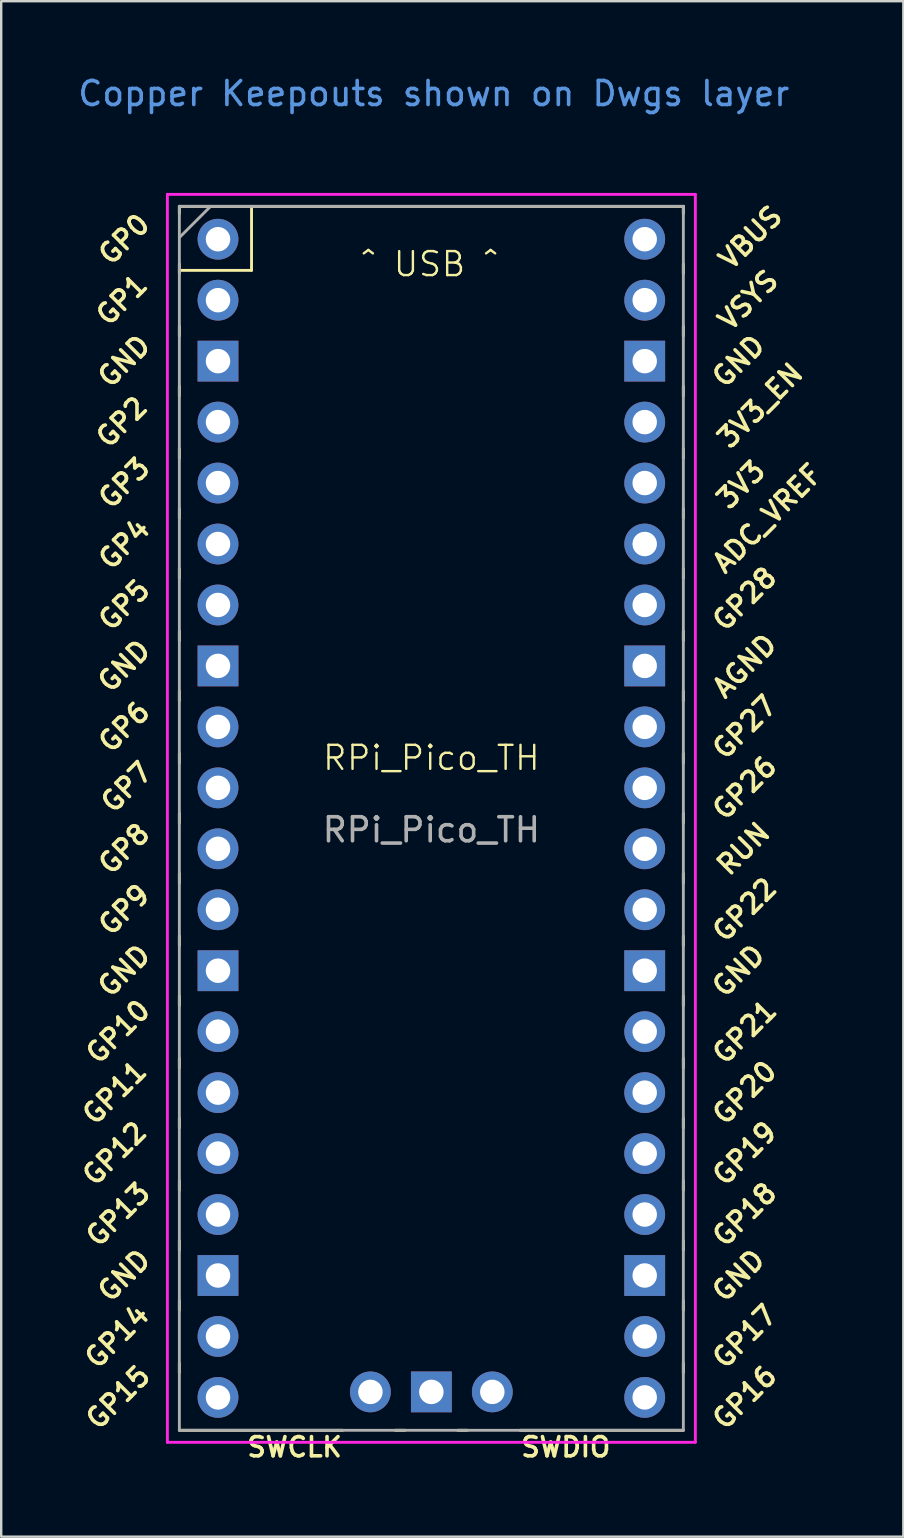
<source format=kicad_pcb>
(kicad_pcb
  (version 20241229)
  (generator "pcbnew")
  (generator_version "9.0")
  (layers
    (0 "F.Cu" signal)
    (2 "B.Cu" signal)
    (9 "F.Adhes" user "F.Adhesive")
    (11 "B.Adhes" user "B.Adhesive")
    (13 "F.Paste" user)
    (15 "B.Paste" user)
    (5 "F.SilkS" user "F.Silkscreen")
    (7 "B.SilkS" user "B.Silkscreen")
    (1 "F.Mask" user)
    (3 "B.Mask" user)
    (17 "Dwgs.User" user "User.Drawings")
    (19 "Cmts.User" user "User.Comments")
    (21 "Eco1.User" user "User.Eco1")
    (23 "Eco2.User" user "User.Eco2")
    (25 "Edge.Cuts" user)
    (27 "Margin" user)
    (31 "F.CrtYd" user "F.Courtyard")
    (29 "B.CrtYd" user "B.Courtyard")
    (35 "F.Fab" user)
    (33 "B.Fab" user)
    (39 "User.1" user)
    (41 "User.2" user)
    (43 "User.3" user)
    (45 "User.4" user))
  (footprint "RPi_Pico_TH"
    (layer "F.Cu")
    (at 14.924 31.068)
    (property "Reference" "RPi_Pico_TH" (at 0 -2.54 0) (unlocked yes) (layer "F.SilkS") (effects (font (size 1 1) (thickness 0.1))))
    (attr through_hole)
    (fp_line (start -10.5 -25.52) (end -10.5 -25.22) (stroke (width 0.12) (type solid)) (layer "F.SilkS"))
    (fp_line (start -10.5 -25.52) (end 10.5 -25.52) (stroke (width 0.12) (type solid)) (layer "F.SilkS"))
    (fp_line (start -10.5 -23.12) (end -10.5 -22.72) (stroke (width 0.12) (type solid)) (layer "F.SilkS"))
    (fp_line (start -10.5 -22.853) (end -7.493 -22.853) (stroke (width 0.12) (type solid)) (layer "F.SilkS"))
    (fp_line (start -10.5 -20.52) (end -10.5 -20.12) (stroke (width 0.12) (type solid)) (layer "F.SilkS"))
    (fp_line (start -10.5 -18.02) (end -10.5 -17.62) (stroke (width 0.12) (type solid)) (layer "F.SilkS"))
    (fp_line (start -10.5 -15.42) (end -10.5 -15.02) (stroke (width 0.12) (type solid)) (layer "F.SilkS"))
    (fp_line (start -10.5 -12.92) (end -10.5 -12.52) (stroke (width 0.12) (type solid)) (layer "F.SilkS"))
    (fp_line (start -10.5 -10.42) (end -10.5 -10.02) (stroke (width 0.12) (type solid)) (layer "F.SilkS"))
    (fp_line (start -10.5 -7.82) (end -10.5 -7.42) (stroke (width 0.12) (type solid)) (layer "F.SilkS"))
    (fp_line (start -10.5 -5.32) (end -10.5 -4.92) (stroke (width 0.12) (type solid)) (layer "F.SilkS"))
    (fp_line (start -10.5 -2.72) (end -10.5 -2.32) (stroke (width 0.12) (type solid)) (layer "F.SilkS"))
    (fp_line (start -10.5 -0.22) (end -10.5 0.18) (stroke (width 0.12) (type solid)) (layer "F.SilkS"))
    (fp_line (start -10.5 2.28) (end -10.5 2.68) (stroke (width 0.12) (type solid)) (layer "F.SilkS"))
    (fp_line (start -10.5 4.88) (end -10.5 5.28) (stroke (width 0.12) (type solid)) (layer "F.SilkS"))
    (fp_line (start -10.5 7.38) (end -10.5 7.78) (stroke (width 0.12) (type solid)) (layer "F.SilkS"))
    (fp_line (start -10.5 9.98) (end -10.5 10.38) (stroke (width 0.12) (type solid)) (layer "F.SilkS"))
    (fp_line (start -10.5 12.48) (end -10.5 12.88) (stroke (width 0.12) (type solid)) (layer "F.SilkS"))
    (fp_line (start -10.5 15.08) (end -10.5 15.48) (stroke (width 0.12) (type solid)) (layer "F.SilkS"))
    (fp_line (start -10.5 17.58) (end -10.5 17.98) (stroke (width 0.12) (type solid)) (layer "F.SilkS"))
    (fp_line (start -10.5 20.08) (end -10.5 20.48) (stroke (width 0.12) (type solid)) (layer "F.SilkS"))
    (fp_line (start -10.5 22.68) (end -10.5 23.08) (stroke (width 0.12) (type solid)) (layer "F.SilkS"))
    (fp_line (start -7.493 -22.853) (end -7.493 -25.52) (stroke (width 0.12) (type solid)) (layer "F.SilkS"))
    (fp_line (start -3.7 25.48) (end -10.5 25.48) (stroke (width 0.12) (type solid)) (layer "F.SilkS"))
    (fp_line (start -1.5 25.48) (end -1.1 25.48) (stroke (width 0.12) (type solid)) (layer "F.SilkS"))
    (fp_line (start 1.1 25.48) (end 1.5 25.48) (stroke (width 0.12) (type solid)) (layer "F.SilkS"))
    (fp_line (start 10.5 -25.52) (end 10.5 -25.22) (stroke (width 0.12) (type solid)) (layer "F.SilkS"))
    (fp_line (start 10.5 -23.12) (end 10.5 -22.72) (stroke (width 0.12) (type solid)) (layer "F.SilkS"))
    (fp_line (start 10.5 -20.52) (end 10.5 -20.12) (stroke (width 0.12) (type solid)) (layer "F.SilkS"))
    (fp_line (start 10.5 -18.02) (end 10.5 -17.62) (stroke (width 0.12) (type solid)) (layer "F.SilkS"))
    (fp_line (start 10.5 -15.42) (end 10.5 -15.02) (stroke (width 0.12) (type solid)) (layer "F.SilkS"))
    (fp_line (start 10.5 -12.92) (end 10.5 -12.52) (stroke (width 0.12) (type solid)) (layer "F.SilkS"))
    (fp_line (start 10.5 -10.42) (end 10.5 -10.02) (stroke (width 0.12) (type solid)) (layer "F.SilkS"))
    (fp_line (start 10.5 -7.82) (end 10.5 -7.42) (stroke (width 0.12) (type solid)) (layer "F.SilkS"))
    (fp_line (start 10.5 -5.32) (end 10.5 -4.92) (stroke (width 0.12) (type solid)) (layer "F.SilkS"))
    (fp_line (start 10.5 -2.72) (end 10.5 -2.32) (stroke (width 0.12) (type solid)) (layer "F.SilkS"))
    (fp_line (start 10.5 -0.22) (end 10.5 0.18) (stroke (width 0.12) (type solid)) (layer "F.SilkS"))
    (fp_line (start 10.5 2.28) (end 10.5 2.68) (stroke (width 0.12) (type solid)) (layer "F.SilkS"))
    (fp_line (start 10.5 4.88) (end 10.5 5.28) (stroke (width 0.12) (type solid)) (layer "F.SilkS"))
    (fp_line (start 10.5 7.38) (end 10.5 7.78) (stroke (width 0.12) (type solid)) (layer "F.SilkS"))
    (fp_line (start 10.5 9.98) (end 10.5 10.38) (stroke (width 0.12) (type solid)) (layer "F.SilkS"))
    (fp_line (start 10.5 12.48) (end 10.5 12.88) (stroke (width 0.12) (type solid)) (layer "F.SilkS"))
    (fp_line (start 10.5 15.08) (end 10.5 15.48) (stroke (width 0.12) (type solid)) (layer "F.SilkS"))
    (fp_line (start 10.5 17.58) (end 10.5 17.98) (stroke (width 0.12) (type solid)) (layer "F.SilkS"))
    (fp_line (start 10.5 20.08) (end 10.5 20.48) (stroke (width 0.12) (type solid)) (layer "F.SilkS"))
    (fp_line (start 10.5 22.68) (end 10.5 23.08) (stroke (width 0.12) (type solid)) (layer "F.SilkS"))
    (fp_line (start 10.5 25.48) (end 3.7 25.48) (stroke (width 0.12) (type solid)) (layer "F.SilkS"))
    (fp_line (start -11 -26.02) (end 11 -26.02) (stroke (width 0.12) (type solid)) (layer "F.CrtYd"))
    (fp_line (start -11 25.98) (end -11 -26.02) (stroke (width 0.12) (type solid)) (layer "F.CrtYd"))
    (fp_line (start 11 -26.02) (end 11 25.98) (stroke (width 0.12) (type solid)) (layer "F.CrtYd"))
    (fp_line (start 11 25.98) (end -11 25.98) (stroke (width 0.12) (type solid)) (layer "F.CrtYd"))
    (fp_line (start -10.5 -25.52) (end 10.5 -25.52) (stroke (width 0.12) (type solid)) (layer "F.Fab"))
    (fp_line (start -10.5 -24.22) (end -9.2 -25.52) (stroke (width 0.12) (type solid)) (layer "F.Fab"))
    (fp_line (start -10.5 25.48) (end -10.5 -25.52) (stroke (width 0.12) (type solid)) (layer "F.Fab"))
    (fp_line (start 10.5 -25.52) (end 10.5 25.48) (stroke (width 0.12) (type solid)) (layer "F.Fab"))
    (fp_line (start 10.5 25.48) (end -10.5 25.48) (stroke (width 0.12) (type solid)) (layer "F.Fab"))
    (fp_text user "GP11" (at -13.2 11.41 45) (layer "F.SilkS") (effects (font (size 0.8 0.8) (thickness 0.15))))
    (fp_text user "GP5" (at -12.8 -8.91 45) (layer "F.SilkS") (effects (font (size 0.8 0.8) (thickness 0.15))))
    (fp_text user "SWCLK" (at -5.7 26.18 0) (layer "F.SilkS") (effects (font (size 0.8 0.8) (thickness 0.15))))
    (fp_text user "GP20" (at 13.054 11.41 45) (layer "F.SilkS") (effects (font (size 0.8 0.8) (thickness 0.15))))
    (fp_text user "GP26" (at 13.054 -1.29 45) (layer "F.SilkS") (effects (font (size 0.8 0.8) (thickness 0.15))))
    (fp_text user "GND" (at -12.8 -19.07 45) (layer "F.SilkS") (effects (font (size 0.8 0.8) (thickness 0.15))))
    (fp_text user "GP2" (at -12.9 -16.53 45) (layer "F.SilkS") (effects (font (size 0.8 0.8) (thickness 0.15))))
    (fp_text user "GP7" (at -12.7 -1.32 45) (layer "F.SilkS") (effects (font (size 0.8 0.8) (thickness 0.15))))
    (fp_text user "3V3" (at 12.9 -13.92 45) (layer "F.SilkS") (effects (font (size 0.8 0.8) (thickness 0.15))))
    (fp_text user "VBUS" (at 13.3 -24.22 45) (layer "F.SilkS") (effects (font (size 0.8 0.8) (thickness 0.15))))
    (fp_text user "GND" (at 12.8 -19.07 45) (layer "F.SilkS") (effects (font (size 0.8 0.8) (thickness 0.15))))
    (fp_text user "GP9" (at -12.8 3.79 45) (layer "F.SilkS") (effects (font (size 0.8 0.8) (thickness 0.15))))
    (fp_text user "GP19" (at 13.054 13.95 45) (layer "F.SilkS") (effects (font (size 0.8 0.8) (thickness 0.15))))
    (fp_text user "SWDIO" (at 5.6 26.18 0) (layer "F.SilkS") (effects (font (size 0.8 0.8) (thickness 0.15))))
    (fp_text user "GND" (at -12.8 6.33 45) (layer "F.SilkS") (effects (font (size 0.8 0.8) (thickness 0.15))))
    (fp_text user "GND" (at 12.8 19.03 45) (layer "F.SilkS") (effects (font (size 0.8 0.8) (thickness 0.15))))
    (fp_text user "GP14" (at -13.1 21.57 45) (layer "F.SilkS") (effects (font (size 0.8 0.8) (thickness 0.15))))
    (fp_text user "RUN" (at 13 1.25 45) (layer "F.SilkS") (effects (font (size 0.8 0.8) (thickness 0.15))))
    (fp_text user "GP22" (at 13.054 3.79 45) (layer "F.SilkS") (effects (font (size 0.8 0.8) (thickness 0.15))))
    (fp_text user "^ USB ^" (at -2.978 -22.528 0) (unlocked yes) (layer "F.SilkS") (effects (font (size 1 1) (thickness 0.1)) (justify left bottom)))
    (fp_text user "GP0" (at -12.8 -24.15 45) (layer "F.SilkS") (effects (font (size 0.8 0.8) (thickness 0.15))))
    (fp_text user "GP4" (at -12.8 -11.45 45) (layer "F.SilkS") (effects (font (size 0.8 0.8) (thickness 0.15))))
    (fp_text user "GP1" (at -12.9 -21.62 45) (layer "F.SilkS") (effects (font (size 0.8 0.8) (thickness 0.15))))
    (fp_text user "GP18" (at 13.054 16.49 45) (layer "F.SilkS") (effects (font (size 0.8 0.8) (thickness 0.15))))
    (fp_text user "AGND" (at 13.054 -6.37 45) (layer "F.SilkS") (effects (font (size 0.8 0.8) (thickness 0.15))))
    (fp_text user "GND" (at -12.8 19.03 45) (layer "F.SilkS") (effects (font (size 0.8 0.8) (thickness 0.15))))
    (fp_text user "GP10" (at -13.054 8.87 45) (layer "F.SilkS") (effects (font (size 0.8 0.8) (thickness 0.15))))
    (fp_text user "GND" (at 12.8 6.33 45) (layer "F.SilkS") (effects (font (size 0.8 0.8) (thickness 0.15))))
    (fp_text user "GP12" (at -13.2 13.95 45) (layer "F.SilkS") (effects (font (size 0.8 0.8) (thickness 0.15))))
    (fp_text user "ADC_VREF" (at 14 -12.52 45) (layer "F.SilkS") (effects (font (size 0.8 0.8) (thickness 0.15))))
    (fp_text user "3V3_EN" (at 13.7 -17.22 45) (layer "F.SilkS") (effects (font (size 0.8 0.8) (thickness 0.15))))
    (fp_text user "GP3" (at -12.8 -13.99 45) (layer "F.SilkS") (effects (font (size 0.8 0.8) (thickness 0.15))))
    (fp_text user "GP17" (at 13.054 21.57 45) (layer "F.SilkS") (effects (font (size 0.8 0.8) (thickness 0.15))))
    (fp_text user "GP27" (at 13.054 -3.82 45) (layer "F.SilkS") (effects (font (size 0.8 0.8) (thickness 0.15))))
    (fp_text user "GND" (at -12.8 -6.37 45) (layer "F.SilkS") (effects (font (size 0.8 0.8) (thickness 0.15))))
    (fp_text user "GP6" (at -12.8 -3.83 45) (layer "F.SilkS") (effects (font (size 0.8 0.8) (thickness 0.15))))
    (fp_text user "GP28" (at 13.054 -9.164 45) (layer "F.SilkS") (effects (font (size 0.8 0.8) (thickness 0.15))))
    (fp_text user "GP8" (at -12.8 1.25 45) (layer "F.SilkS") (effects (font (size 0.8 0.8) (thickness 0.15))))
    (fp_text user "GP21" (at 13.054 8.88 45) (layer "F.SilkS") (effects (font (size 0.8 0.8) (thickness 0.15))))
    (fp_text user "GP16" (at 13.054 24.11 45) (layer "F.SilkS") (effects (font (size 0.8 0.8) (thickness 0.15))))
    (fp_text user "VSYS" (at 13.2 -21.61 45) (layer "F.SilkS") (effects (font (size 0.8 0.8) (thickness 0.15))))
    (fp_text user "GP15" (at -13.054 24.11 45) (layer "F.SilkS") (effects (font (size 0.8 0.8) (thickness 0.15))))
    (fp_text user "GP13" (at -13.054 16.49 45) (layer "F.SilkS") (effects (font (size 0.8 0.8) (thickness 0.15))))
    (fp_text user "Copper Keepouts shown on Dwgs layer" (at 0.1 -30.22 0) (layer "Cmts.User") (effects (font (size 1 1) (thickness 0.15))))
    (fp_text user "${REFERENCE}" (at 0 0.46 0) (unlocked yes) (layer "F.Fab") (effects (font (size 1 1) (thickness 0.15))))
    (pad "1" thru_hole oval (at -8.89 -24.15) (size 1.7 1.7) (drill 1.02) (layers "*.Cu" "*.Mask"))
    (pad "2" thru_hole oval (at -8.89 -21.61) (size 1.7 1.7) (drill 1.02) (layers "*.Cu" "*.Mask"))
    (pad "3" thru_hole rect (at -8.89 -19.07) (size 1.7 1.7) (drill 1.02) (layers "*.Cu" "*.Mask"))
    (pad "4" thru_hole oval (at -8.89 -16.53) (size 1.7 1.7) (drill 1.02) (layers "*.Cu" "*.Mask"))
    (pad "5" thru_hole oval (at -8.89 -13.99) (size 1.7 1.7) (drill 1.02) (layers "*.Cu" "*.Mask"))
    (pad "6" thru_hole oval (at -8.89 -11.45) (size 1.7 1.7) (drill 1.02) (layers "*.Cu" "*.Mask"))
    (pad "7" thru_hole oval (at -8.89 -8.91) (size 1.7 1.7) (drill 1.02) (layers "*.Cu" "*.Mask"))
    (pad "8" thru_hole rect (at -8.89 -6.37) (size 1.7 1.7) (drill 1.02) (layers "*.Cu" "*.Mask"))
    (pad "9" thru_hole oval (at -8.89 -3.83) (size 1.7 1.7) (drill 1.02) (layers "*.Cu" "*.Mask"))
    (pad "10" thru_hole oval (at -8.89 -1.29) (size 1.7 1.7) (drill 1.02) (layers "*.Cu" "*.Mask"))
    (pad "11" thru_hole oval (at -8.89 1.25) (size 1.7 1.7) (drill 1.02) (layers "*.Cu" "*.Mask"))
    (pad "12" thru_hole oval (at -8.89 3.79) (size 1.7 1.7) (drill 1.02) (layers "*.Cu" "*.Mask"))
    (pad "13" thru_hole rect (at -8.89 6.33) (size 1.7 1.7) (drill 1.02) (layers "*.Cu" "*.Mask"))
    (pad "14" thru_hole oval (at -8.89 8.87) (size 1.7 1.7) (drill 1.02) (layers "*.Cu" "*.Mask"))
    (pad "15" thru_hole oval (at -8.89 11.41) (size 1.7 1.7) (drill 1.02) (layers "*.Cu" "*.Mask"))
    (pad "16" thru_hole oval (at -8.89 13.95) (size 1.7 1.7) (drill 1.02) (layers "*.Cu" "*.Mask"))
    (pad "17" thru_hole oval (at -8.89 16.49) (size 1.7 1.7) (drill 1.02) (layers "*.Cu" "*.Mask"))
    (pad "18" thru_hole rect (at -8.89 19.03) (size 1.7 1.7) (drill 1.02) (layers "*.Cu" "*.Mask"))
    (pad "19" thru_hole oval (at -8.89 21.57) (size 1.7 1.7) (drill 1.02) (layers "*.Cu" "*.Mask"))
    (pad "20" thru_hole oval (at -8.89 24.11) (size 1.7 1.7) (drill 1.02) (layers "*.Cu" "*.Mask"))
    (pad "21" thru_hole oval (at 8.89 24.11) (size 1.7 1.7) (drill 1.02) (layers "*.Cu" "*.Mask"))
    (pad "22" thru_hole oval (at 8.89 21.57) (size 1.7 1.7) (drill 1.02) (layers "*.Cu" "*.Mask"))
    (pad "23" thru_hole rect (at 8.89 19.03) (size 1.7 1.7) (drill 1.02) (layers "*.Cu" "*.Mask"))
    (pad "24" thru_hole oval (at 8.89 16.49) (size 1.7 1.7) (drill 1.02) (layers "*.Cu" "*.Mask"))
    (pad "25" thru_hole oval (at 8.89 13.95) (size 1.7 1.7) (drill 1.02) (layers "*.Cu" "*.Mask"))
    (pad "26" thru_hole oval (at 8.89 11.41) (size 1.7 1.7) (drill 1.02) (layers "*.Cu" "*.Mask"))
    (pad "27" thru_hole oval (at 8.89 8.87) (size 1.7 1.7) (drill 1.02) (layers "*.Cu" "*.Mask"))
    (pad "28" thru_hole rect (at 8.89 6.33) (size 1.7 1.7) (drill 1.02) (layers "*.Cu" "*.Mask"))
    (pad "29" thru_hole oval (at 8.89 3.79) (size 1.7 1.7) (drill 1.02) (layers "*.Cu" "*.Mask"))
    (pad "30" thru_hole oval (at 8.89 1.25) (size 1.7 1.7) (drill 1.02) (layers "*.Cu" "*.Mask"))
    (pad "31" thru_hole oval (at 8.89 -1.29) (size 1.7 1.7) (drill 1.02) (layers "*.Cu" "*.Mask"))
    (pad "32" thru_hole oval (at 8.89 -3.83) (size 1.7 1.7) (drill 1.02) (layers "*.Cu" "*.Mask"))
    (pad "33" thru_hole rect (at 8.89 -6.37) (size 1.7 1.7) (drill 1.02) (layers "*.Cu" "*.Mask"))
    (pad "34" thru_hole oval (at 8.89 -8.91) (size 1.7 1.7) (drill 1.02) (layers "*.Cu" "*.Mask"))
    (pad "35" thru_hole oval (at 8.89 -11.45) (size 1.7 1.7) (drill 1.02) (layers "*.Cu" "*.Mask"))
    (pad "36" thru_hole oval (at 8.89 -13.99) (size 1.7 1.7) (drill 1.02) (layers "*.Cu" "*.Mask"))
    (pad "37" thru_hole oval (at 8.89 -16.53) (size 1.7 1.7) (drill 1.02) (layers "*.Cu" "*.Mask"))
    (pad "38" thru_hole rect (at 8.89 -19.07) (size 1.7 1.7) (drill 1.02) (layers "*.Cu" "*.Mask"))
    (pad "39" thru_hole oval (at 8.89 -21.61) (size 1.7 1.7) (drill 1.02) (layers "*.Cu" "*.Mask"))
    (pad "40" thru_hole oval (at 8.89 -24.15) (size 1.7 1.7) (drill 1.02) (layers "*.Cu" "*.Mask"))
    (pad "41" thru_hole oval (at -2.54 23.88) (size 1.7 1.7) (drill 1.02) (layers "*.Cu" "*.Mask"))
    (pad "42" thru_hole rect (at 0 23.88) (size 1.7 1.7) (drill 1.02) (layers "*.Cu" "*.Mask"))
    (pad "43" thru_hole oval (at 2.54 23.88) (size 1.7 1.7) (drill 1.02) (layers "*.Cu" "*.Mask")))
  (gr_rect
    (start -3 -3)
    (end 34.591 60.98)
    (stroke (width 0.1) (type default))
    (fill no)
    (layer "Edge.Cuts")))
</source>
